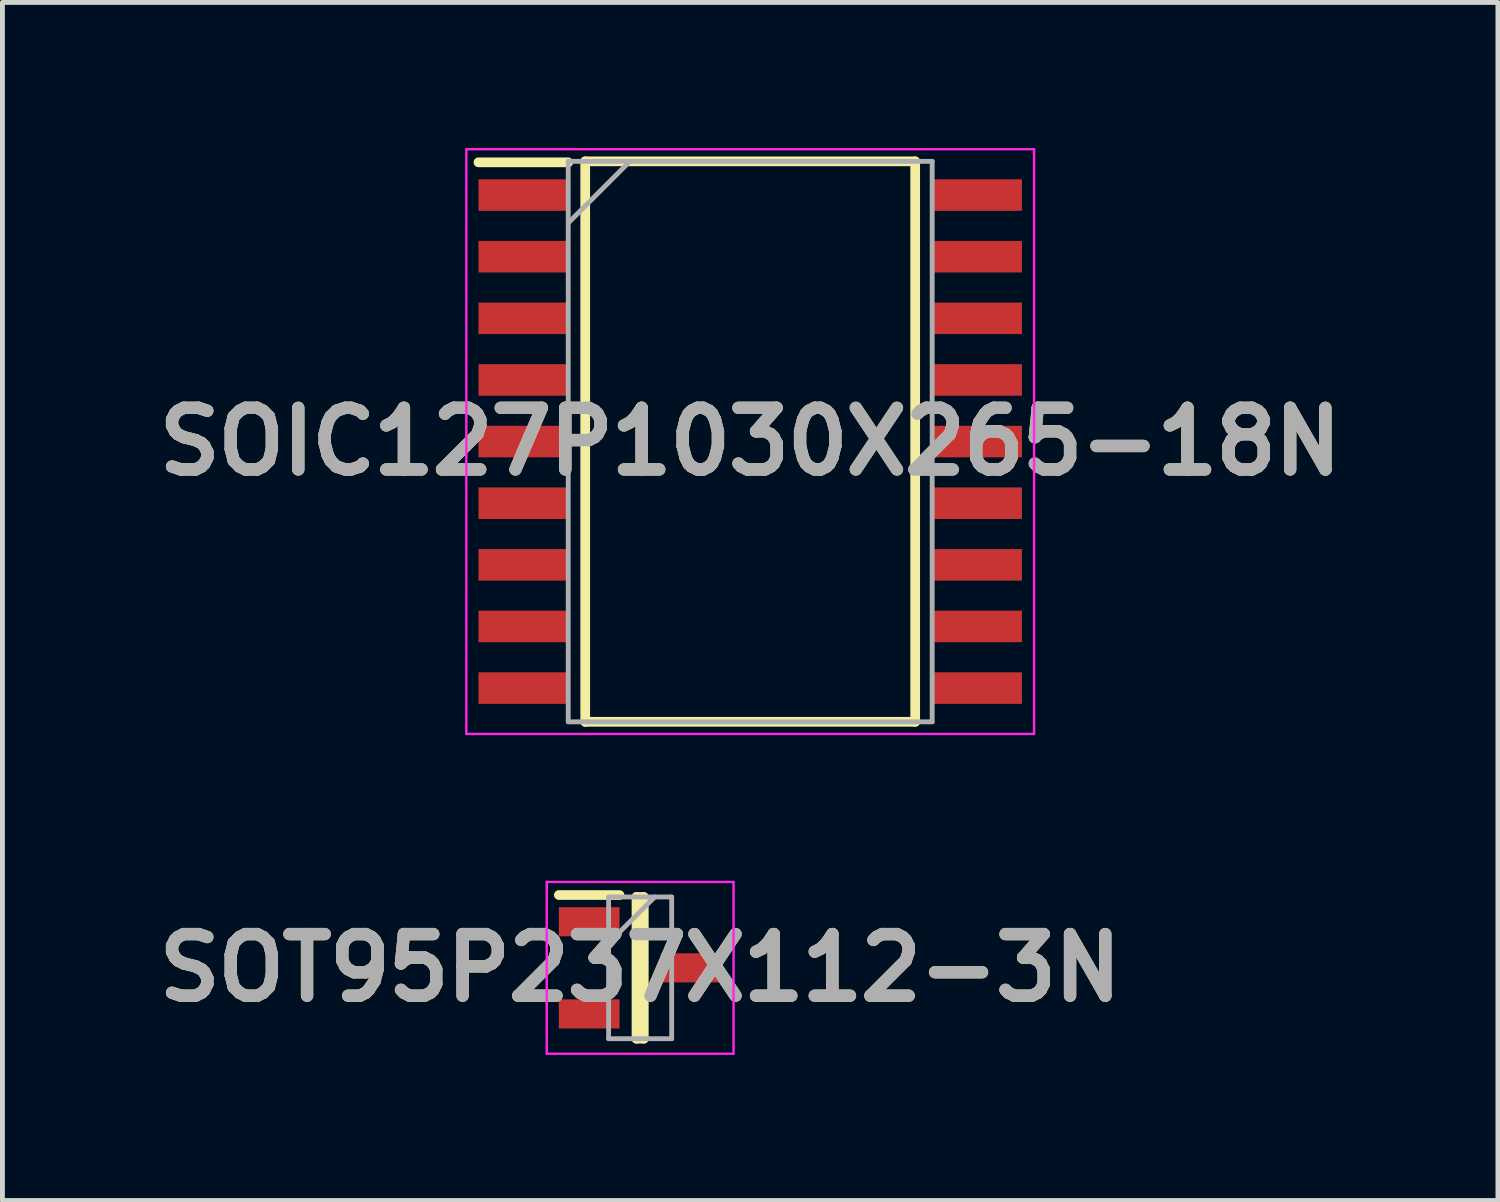
<source format=kicad_pcb>
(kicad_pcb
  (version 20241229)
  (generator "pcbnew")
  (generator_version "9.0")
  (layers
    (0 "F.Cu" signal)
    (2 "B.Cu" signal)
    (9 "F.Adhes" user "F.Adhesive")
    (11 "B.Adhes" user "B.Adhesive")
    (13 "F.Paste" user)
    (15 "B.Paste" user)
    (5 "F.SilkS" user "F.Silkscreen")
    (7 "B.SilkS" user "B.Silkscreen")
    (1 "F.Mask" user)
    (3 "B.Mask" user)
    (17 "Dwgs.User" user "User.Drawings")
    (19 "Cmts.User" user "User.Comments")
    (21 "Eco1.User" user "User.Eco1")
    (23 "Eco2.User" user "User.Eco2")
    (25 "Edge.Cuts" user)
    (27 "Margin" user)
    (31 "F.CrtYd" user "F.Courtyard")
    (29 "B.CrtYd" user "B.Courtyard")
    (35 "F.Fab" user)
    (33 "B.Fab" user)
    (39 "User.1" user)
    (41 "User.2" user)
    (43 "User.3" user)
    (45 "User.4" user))
  (footprint "SOIC127P1030X265-18N"
    (layer "F.Cu")
    (at 12.41 6.05)
    (property "Reference" "SOIC127P1030X265-18N" (at 0 0 0) (layer "F.SilkS") (effects (font (size 1.27 1.27) (thickness 0.254))))
    (attr smd)
    (fp_line (start -5.6 -5.755) (end -3.75 -5.755) (stroke (width 0.2) (type solid)) (layer "F.SilkS"))
    (fp_line (start -3.4 -5.775) (end 3.4 -5.775) (stroke (width 0.2) (type solid)) (layer "F.SilkS"))
    (fp_line (start -3.4 5.775) (end -3.4 -5.775) (stroke (width 0.2) (type solid)) (layer "F.SilkS"))
    (fp_line (start 3.4 -5.775) (end 3.4 5.775) (stroke (width 0.2) (type solid)) (layer "F.SilkS"))
    (fp_line (start 3.4 5.775) (end -3.4 5.775) (stroke (width 0.2) (type solid)) (layer "F.SilkS"))
    (fp_line (start -5.85 -6.025) (end 5.85 -6.025) (stroke (width 0.05) (type solid)) (layer "F.CrtYd"))
    (fp_line (start -5.85 6.025) (end -5.85 -6.025) (stroke (width 0.05) (type solid)) (layer "F.CrtYd"))
    (fp_line (start 5.85 -6.025) (end 5.85 6.025) (stroke (width 0.05) (type solid)) (layer "F.CrtYd"))
    (fp_line (start 5.85 6.025) (end -5.85 6.025) (stroke (width 0.05) (type solid)) (layer "F.CrtYd"))
    (fp_line (start -3.75 -5.775) (end 3.75 -5.775) (stroke (width 0.1) (type solid)) (layer "F.Fab"))
    (fp_line (start -3.75 -4.505) (end -2.48 -5.775) (stroke (width 0.1) (type solid)) (layer "F.Fab"))
    (fp_line (start -3.75 5.775) (end -3.75 -5.775) (stroke (width 0.1) (type solid)) (layer "F.Fab"))
    (fp_line (start 3.75 -5.775) (end 3.75 5.775) (stroke (width 0.1) (type solid)) (layer "F.Fab"))
    (fp_line (start 3.75 5.775) (end -3.75 5.775) (stroke (width 0.1) (type solid)) (layer "F.Fab"))
    (fp_text user "${REFERENCE}" (at 0 0 0) (layer "F.Fab") (effects (font (size 1.27 1.27) (thickness 0.254))))
    (pad "1" smd rect (at -4.675 -5.08 90) (size 0.65 1.85) (layers "F.Cu" "F.Mask" "F.Paste"))
    (pad "2" smd rect (at -4.675 -3.81 90) (size 0.65 1.85) (layers "F.Cu" "F.Mask" "F.Paste"))
    (pad "3" smd rect (at -4.675 -2.54 90) (size 0.65 1.85) (layers "F.Cu" "F.Mask" "F.Paste"))
    (pad "4" smd rect (at -4.675 -1.27 90) (size 0.65 1.85) (layers "F.Cu" "F.Mask" "F.Paste"))
    (pad "5" smd rect (at -4.675 0 90) (size 0.65 1.85) (layers "F.Cu" "F.Mask" "F.Paste"))
    (pad "6" smd rect (at -4.675 1.27 90) (size 0.65 1.85) (layers "F.Cu" "F.Mask" "F.Paste"))
    (pad "7" smd rect (at -4.675 2.54 90) (size 0.65 1.85) (layers "F.Cu" "F.Mask" "F.Paste"))
    (pad "8" smd rect (at -4.675 3.81 90) (size 0.65 1.85) (layers "F.Cu" "F.Mask" "F.Paste"))
    (pad "9" smd rect (at -4.675 5.08 90) (size 0.65 1.85) (layers "F.Cu" "F.Mask" "F.Paste"))
    (pad "10" smd rect (at 4.675 5.08 90) (size 0.65 1.85) (layers "F.Cu" "F.Mask" "F.Paste"))
    (pad "11" smd rect (at 4.675 3.81 90) (size 0.65 1.85) (layers "F.Cu" "F.Mask" "F.Paste"))
    (pad "12" smd rect (at 4.675 2.54 90) (size 0.65 1.85) (layers "F.Cu" "F.Mask" "F.Paste"))
    (pad "13" smd rect (at 4.675 1.27 90) (size 0.65 1.85) (layers "F.Cu" "F.Mask" "F.Paste"))
    (pad "14" smd rect (at 4.675 0 90) (size 0.65 1.85) (layers "F.Cu" "F.Mask" "F.Paste"))
    (pad "15" smd rect (at 4.675 -1.27 90) (size 0.65 1.85) (layers "F.Cu" "F.Mask" "F.Paste"))
    (pad "16" smd rect (at 4.675 -2.54 90) (size 0.65 1.85) (layers "F.Cu" "F.Mask" "F.Paste"))
    (pad "17" smd rect (at 4.675 -3.81 90) (size 0.65 1.85) (layers "F.Cu" "F.Mask" "F.Paste"))
    (pad "18" smd rect (at 4.675 -5.08 90) (size 0.65 1.85) (layers "F.Cu" "F.Mask" "F.Paste")))
  (footprint "SOT95P237X112-3N"
    (layer "F.Cu")
    (at 10.142 16.895)
    (property "Reference" "SOT95P237X112-3N" (at 0 0 0) (layer "F.SilkS") (effects (font (size 1.27 1.27) (thickness 0.254))))
    (attr smd)
    (fp_line (start -1.675 -1.5) (end -0.425 -1.5) (stroke (width 0.2) (type solid)) (layer "F.SilkS"))
    (fp_line (start -0.075 -1.46) (end 0.075 -1.46) (stroke (width 0.2) (type solid)) (layer "F.SilkS"))
    (fp_line (start -0.075 1.46) (end -0.075 -1.46) (stroke (width 0.2) (type solid)) (layer "F.SilkS"))
    (fp_line (start 0.075 -1.46) (end 0.075 1.46) (stroke (width 0.2) (type solid)) (layer "F.SilkS"))
    (fp_line (start 0.075 1.46) (end -0.075 1.46) (stroke (width 0.2) (type solid)) (layer "F.SilkS"))
    (fp_line (start -1.925 -1.77) (end 1.925 -1.77) (stroke (width 0.05) (type solid)) (layer "F.CrtYd"))
    (fp_line (start -1.925 1.77) (end -1.925 -1.77) (stroke (width 0.05) (type solid)) (layer "F.CrtYd"))
    (fp_line (start 1.925 -1.77) (end 1.925 1.77) (stroke (width 0.05) (type solid)) (layer "F.CrtYd"))
    (fp_line (start 1.925 1.77) (end -1.925 1.77) (stroke (width 0.05) (type solid)) (layer "F.CrtYd"))
    (fp_line (start -0.65 -1.46) (end 0.65 -1.46) (stroke (width 0.1) (type solid)) (layer "F.Fab"))
    (fp_line (start -0.65 -0.51) (end 0.3 -1.46) (stroke (width 0.1) (type solid)) (layer "F.Fab"))
    (fp_line (start -0.65 1.46) (end -0.65 -1.46) (stroke (width 0.1) (type solid)) (layer "F.Fab"))
    (fp_line (start 0.65 -1.46) (end 0.65 1.46) (stroke (width 0.1) (type solid)) (layer "F.Fab"))
    (fp_line (start 0.65 1.46) (end -0.65 1.46) (stroke (width 0.1) (type solid)) (layer "F.Fab"))
    (fp_text user "${REFERENCE}" (at 0 0 0) (layer "F.Fab") (effects (font (size 1.27 1.27) (thickness 0.254))))
    (pad "1" smd rect (at -1.05 -0.95 90) (size 0.6 1.25) (layers "F.Cu" "F.Mask" "F.Paste"))
    (pad "2" smd rect (at -1.05 0.95 90) (size 0.6 1.25) (layers "F.Cu" "F.Mask" "F.Paste"))
    (pad "3" smd rect (at 1.05 0 90) (size 0.6 1.25) (layers "F.Cu" "F.Mask" "F.Paste")))
  (gr_rect
    (start -3 -3)
    (end 27.819 21.69)
    (stroke (width 0.1) (type default))
    (fill no)
    (layer "Edge.Cuts")))
</source>
